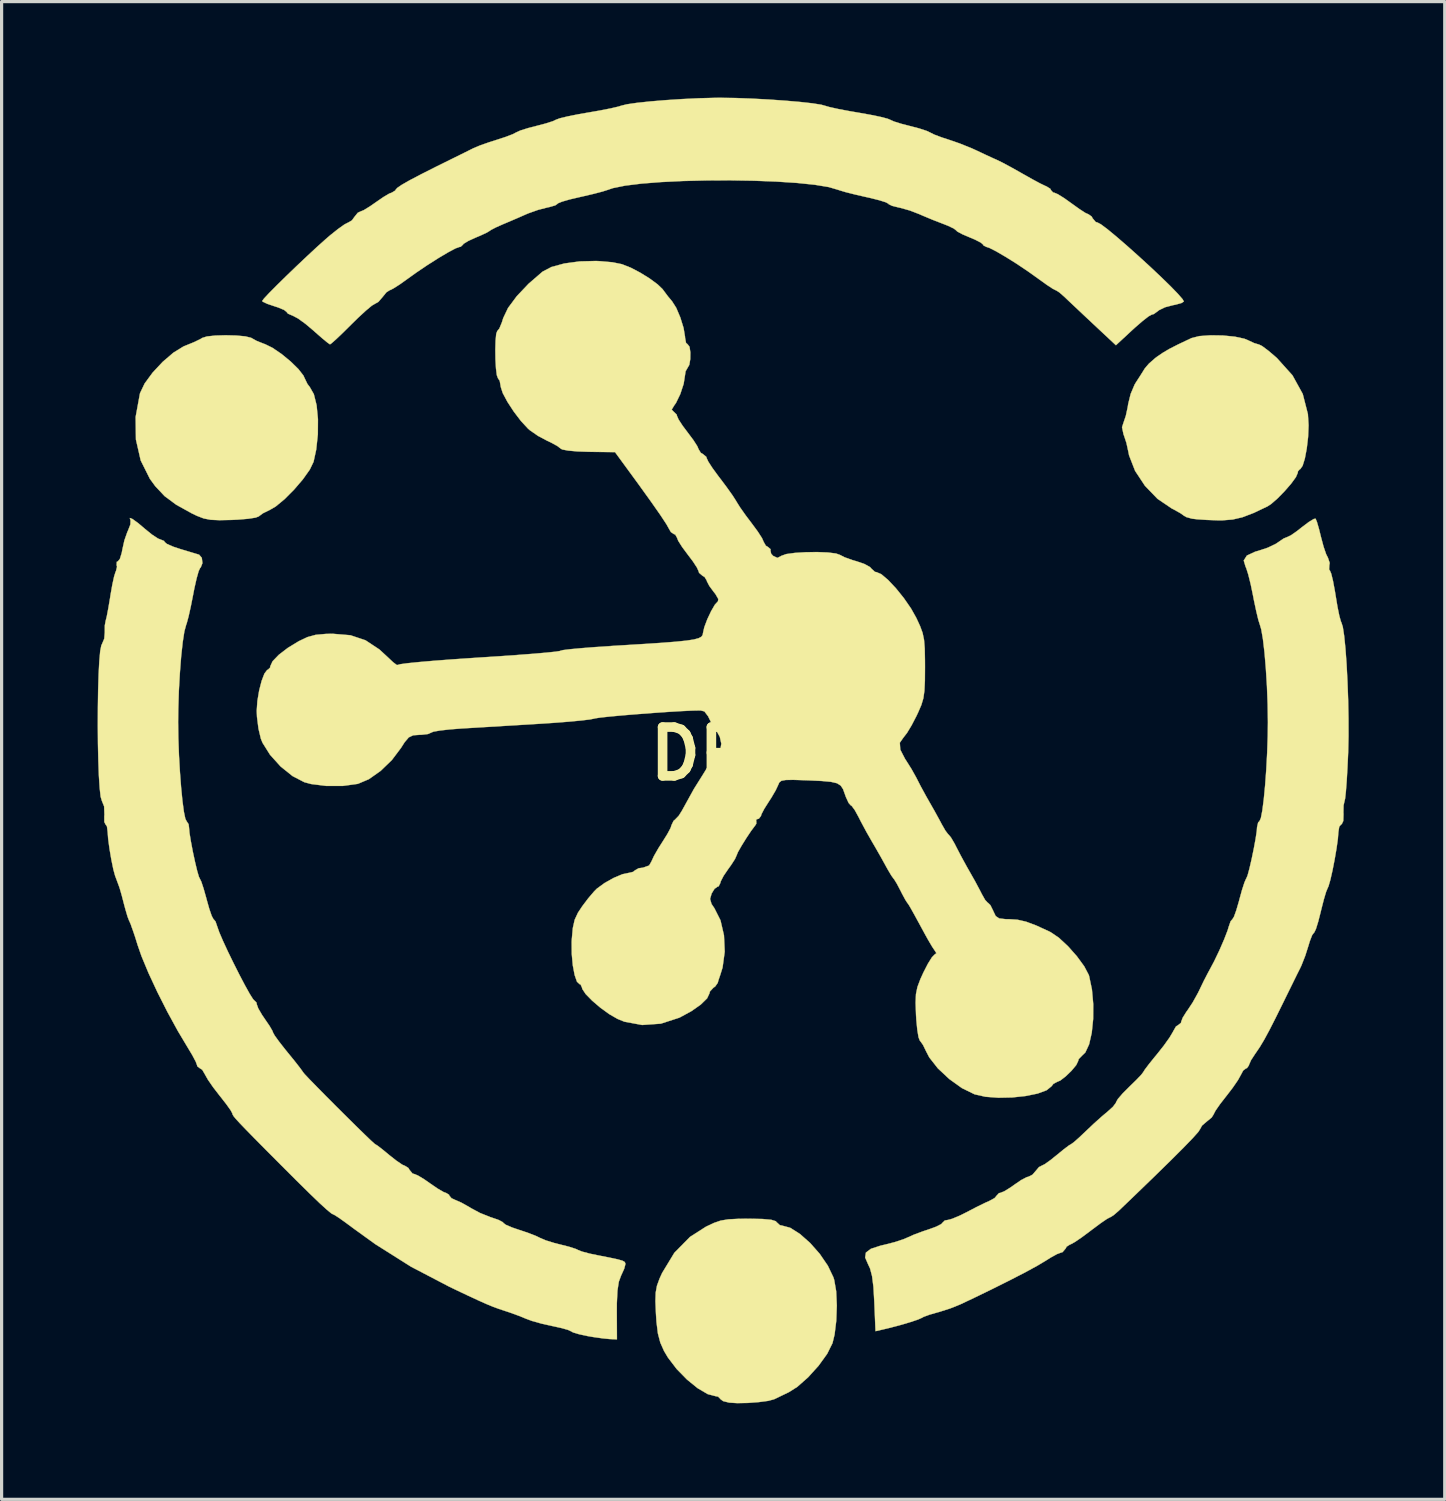
<source format=kicad_pcb>
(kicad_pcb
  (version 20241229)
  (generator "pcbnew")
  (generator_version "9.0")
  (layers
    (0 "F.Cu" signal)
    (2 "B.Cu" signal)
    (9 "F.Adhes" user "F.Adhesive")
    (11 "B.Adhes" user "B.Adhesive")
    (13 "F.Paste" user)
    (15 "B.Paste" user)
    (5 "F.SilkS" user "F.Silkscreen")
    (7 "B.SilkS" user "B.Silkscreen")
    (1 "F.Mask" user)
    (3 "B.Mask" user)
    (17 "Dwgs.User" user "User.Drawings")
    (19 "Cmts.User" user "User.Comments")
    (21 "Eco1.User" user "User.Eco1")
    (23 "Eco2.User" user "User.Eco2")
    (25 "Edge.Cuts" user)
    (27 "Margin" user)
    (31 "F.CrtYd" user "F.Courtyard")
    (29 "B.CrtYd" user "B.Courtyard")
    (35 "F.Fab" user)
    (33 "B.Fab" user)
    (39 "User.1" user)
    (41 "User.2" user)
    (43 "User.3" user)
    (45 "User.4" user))
  (footprint "DPS"
    (layer "F.Cu")
    (at 19.531 20.493)
    (property "Reference" "DPS" (at 0 0 0) (layer "F.SilkS") (effects (font (size 1.524 1.524) (thickness 0.3))))
    (attr through_hole)
    (fp_poly (pts (xy 1.228 14.528) (xy 1.506 14.553) (xy 1.648 14.597) (xy 1.672 14.626) (xy 1.776 14.721) (xy 1.835 14.732) (xy 2.098 14.803) (xy 2.403 14.996) (xy 2.721 15.278) (xy 3.021 15.618) (xy 3.273 15.986) (xy 3.447 16.349) (xy 3.473 16.432) (xy 3.534 16.784) (xy 3.554 17.232) (xy 3.537 17.706) (xy 3.484 18.139) (xy 3.419 18.406) (xy 3.252 18.741) (xy 2.983 19.113) (xy 2.658 19.472) (xy 2.32 19.77) (xy 2.06 19.935) (xy 1.821 20.05) (xy 1.631 20.142) (xy 1.597 20.158) (xy 1.412 20.208) (xy 1.118 20.247) (xy 0.775 20.273) (xy 0.443 20.279) (xy 0.191 20.263) (xy 0.003 20.216) (xy -0.084 20.151) (xy -0.085 20.145) (xy -0.154 20.076) (xy -0.216 20.066) (xy -0.477 19.998) (xy -0.791 19.814) (xy -1.125 19.543) (xy -1.446 19.215) (xy -1.719 18.857) (xy -1.841 18.653) (xy -1.958 18.39) (xy -2.033 18.105) (xy -2.078 17.741) (xy -2.095 17.477) (xy -2.111 17.096) (xy -2.102 16.825) (xy -2.062 16.609) (xy -1.981 16.388) (xy -1.9 16.211) (xy -1.519 15.583) (xy -1.03 15.087) (xy -0.533 14.769) (xy -0.286 14.652) (xy -0.07 14.578) (xy 0.167 14.539) (xy 0.481 14.523) (xy 0.797 14.52) (xy 1.228 14.528)) (stroke (width 0.01) (type solid)) (fill yes) (layer "F.SilkS"))
    (fp_poly (pts (xy -15.205 -13.064) (xy -14.923 -13.038) (xy -14.741 -12.994) (xy -14.716 -12.98) (xy -14.563 -12.895) (xy -14.336 -12.805) (xy -14.307 -12.796) (xy -14.071 -12.68) (xy -13.789 -12.488) (xy -13.505 -12.254) (xy -13.262 -12.017) (xy -13.104 -11.813) (xy -13.075 -11.749) (xy -12.979 -11.55) (xy -12.906 -11.455) (xy -12.779 -11.232) (xy -12.693 -10.885) (xy -12.651 -10.454) (xy -12.654 -9.979) (xy -12.705 -9.502) (xy -12.788 -9.121) (xy -12.906 -8.876) (xy -13.123 -8.571) (xy -13.398 -8.25) (xy -13.694 -7.953) (xy -13.974 -7.722) (xy -14.161 -7.614) (xy -14.363 -7.516) (xy -14.488 -7.425) (xy -14.494 -7.417) (xy -14.598 -7.377) (xy -14.832 -7.341) (xy -15.153 -7.314) (xy -15.34 -7.305) (xy -15.728 -7.297) (xy -16.002 -7.309) (xy -16.218 -7.351) (xy -16.429 -7.432) (xy -16.597 -7.513) (xy -17.077 -7.779) (xy -17.44 -8.048) (xy -17.733 -8.36) (xy -17.9 -8.589) (xy -18.187 -9.164) (xy -18.336 -9.816) (xy -18.345 -10.52) (xy -18.211 -11.25) (xy -18.206 -11.267) (xy -18.063 -11.567) (xy -17.814 -11.906) (xy -17.501 -12.241) (xy -17.166 -12.528) (xy -16.85 -12.723) (xy -16.784 -12.75) (xy -16.526 -12.855) (xy -16.324 -12.952) (xy -16.265 -12.989) (xy -16.118 -13.035) (xy -15.856 -13.063) (xy -15.534 -13.072) (xy -15.205 -13.064)) (stroke (width 0.01) (type solid)) (fill yes) (layer "F.SilkS"))
    (fp_poly (pts (xy 15.612 -13.065) (xy 15.986 -13.028) (xy 16.283 -12.964) (xy 16.383 -12.923) (xy 16.585 -12.829) (xy 16.73 -12.785) (xy 16.736 -12.785) (xy 16.843 -12.731) (xy 17.033 -12.589) (xy 17.269 -12.388) (xy 17.302 -12.358) (xy 17.785 -11.821) (xy 18.106 -11.239) (xy 18.267 -10.609) (xy 18.288 -10.26) (xy 18.273 -9.894) (xy 18.231 -9.535) (xy 18.172 -9.223) (xy 18.102 -8.996) (xy 18.029 -8.892) (xy 18.016 -8.89) (xy 17.956 -8.822) (xy 17.949 -8.772) (xy 17.892 -8.641) (xy 17.744 -8.438) (xy 17.541 -8.204) (xy 17.32 -7.978) (xy 17.118 -7.802) (xy 17.007 -7.729) (xy 16.568 -7.521) (xy 16.223 -7.389) (xy 15.919 -7.318) (xy 15.605 -7.293) (xy 15.435 -7.293) (xy 15.106 -7.305) (xy 14.817 -7.324) (xy 14.647 -7.344) (xy 14.471 -7.393) (xy 14.393 -7.438) (xy 14.298 -7.507) (xy 14.107 -7.615) (xy 14.016 -7.662) (xy 13.572 -7.962) (xy 13.179 -8.369) (xy 12.87 -8.837) (xy 12.682 -9.32) (xy 12.658 -9.44) (xy 12.599 -9.711) (xy 12.523 -9.941) (xy 12.51 -9.97) (xy 12.462 -10.2) (xy 12.511 -10.351) (xy 12.58 -10.554) (xy 12.64 -10.831) (xy 12.654 -10.925) (xy 12.731 -11.238) (xy 12.857 -11.536) (xy 12.893 -11.595) (xy 13.039 -11.821) (xy 13.158 -12.011) (xy 13.173 -12.036) (xy 13.299 -12.184) (xy 13.498 -12.359) (xy 13.554 -12.401) (xy 13.738 -12.527) (xy 13.94 -12.646) (xy 14.204 -12.781) (xy 14.573 -12.956) (xy 14.638 -12.986) (xy 14.878 -13.046) (xy 15.222 -13.071) (xy 15.612 -13.065)) (stroke (width 0.01) (type solid)) (fill yes) (layer "F.SilkS"))
    (fp_poly (pts (xy 0.387 -20.482) (xy 0.9 -20.463) (xy 1.429 -20.435) (xy 1.943 -20.399) (xy 2.408 -20.359) (xy 2.793 -20.316) (xy 3.066 -20.273) (xy 3.175 -20.243) (xy 3.327 -20.199) (xy 3.602 -20.138) (xy 3.958 -20.071) (xy 4.233 -20.024) (xy 4.608 -19.957) (xy 4.923 -19.892) (xy 5.139 -19.836) (xy 5.212 -19.806) (xy 5.338 -19.749) (xy 5.575 -19.675) (xy 5.831 -19.609) (xy 6.123 -19.533) (xy 6.353 -19.458) (xy 6.461 -19.408) (xy 6.594 -19.341) (xy 6.83 -19.252) (xy 7.027 -19.188) (xy 7.388 -19.064) (xy 7.766 -18.912) (xy 7.916 -18.844) (xy 8.198 -18.711) (xy 8.449 -18.595) (xy 8.551 -18.55) (xy 8.725 -18.465) (xy 8.992 -18.322) (xy 9.3 -18.149) (xy 9.356 -18.117) (xy 9.654 -17.949) (xy 9.909 -17.812) (xy 10.076 -17.732) (xy 10.097 -17.725) (xy 10.222 -17.648) (xy 10.245 -17.601) (xy 10.311 -17.53) (xy 10.343 -17.526) (xy 10.457 -17.478) (xy 10.658 -17.353) (xy 10.89 -17.187) (xy 11.13 -17.015) (xy 11.32 -16.892) (xy 11.417 -16.849) (xy 11.513 -16.781) (xy 11.545 -16.722) (xy 11.641 -16.609) (xy 11.693 -16.595) (xy 11.8 -16.539) (xy 12.004 -16.387) (xy 12.281 -16.158) (xy 12.609 -15.875) (xy 12.965 -15.557) (xy 13.326 -15.227) (xy 13.668 -14.905) (xy 13.968 -14.613) (xy 14.204 -14.37) (xy 14.353 -14.199) (xy 14.393 -14.127) (xy 14.319 -14.079) (xy 14.132 -14.027) (xy 14.053 -14.012) (xy 13.805 -13.947) (xy 13.619 -13.857) (xy 13.593 -13.835) (xy 13.455 -13.735) (xy 13.388 -13.716) (xy 13.29 -13.662) (xy 13.105 -13.518) (xy 12.867 -13.312) (xy 12.787 -13.239) (xy 12.271 -12.761) (xy 11.575 -13.412) (xy 11.27 -13.698) (xy 10.99 -13.962) (xy 10.769 -14.17) (xy 10.665 -14.27) (xy 10.506 -14.409) (xy 10.399 -14.477) (xy 10.391 -14.478) (xy 10.298 -14.525) (xy 10.11 -14.649) (xy 9.866 -14.824) (xy 9.843 -14.841) (xy 9.516 -15.074) (xy 9.167 -15.308) (xy 8.828 -15.52) (xy 8.534 -15.692) (xy 8.317 -15.802) (xy 8.221 -15.833) (xy 8.132 -15.879) (xy 8.128 -15.899) (xy 8.056 -15.963) (xy 7.871 -16.059) (xy 7.705 -16.129) (xy 7.469 -16.23) (xy 7.316 -16.313) (xy 7.281 -16.348) (xy 7.209 -16.405) (xy 7.024 -16.493) (xy 6.879 -16.55) (xy 6.556 -16.675) (xy 6.23 -16.811) (xy 6.138 -16.852) (xy 5.838 -16.968) (xy 5.532 -17.054) (xy 5.482 -17.064) (xy 5.279 -17.115) (xy 5.17 -17.169) (xy 5.165 -17.181) (xy 5.088 -17.224) (xy 4.883 -17.289) (xy 4.59 -17.363) (xy 4.466 -17.39) (xy 4.122 -17.469) (xy 3.825 -17.544) (xy 3.628 -17.603) (xy 3.598 -17.614) (xy 3.301 -17.701) (xy 2.862 -17.773) (xy 2.308 -17.83) (xy 1.666 -17.872) (xy 0.962 -17.899) (xy 0.223 -17.911) (xy -0.523 -17.908) (xy -1.251 -17.89) (xy -1.933 -17.857) (xy -2.543 -17.809) (xy -3.054 -17.746) (xy -3.439 -17.668) (xy -3.598 -17.614) (xy -3.758 -17.563) (xy -4.032 -17.491) (xy -4.368 -17.412) (xy -4.466 -17.39) (xy -4.783 -17.316) (xy -5.025 -17.246) (xy -5.154 -17.194) (xy -5.165 -17.181) (xy -5.239 -17.129) (xy -5.423 -17.076) (xy -5.482 -17.064) (xy -5.774 -16.989) (xy -6.087 -16.878) (xy -6.138 -16.856) (xy -6.439 -16.724) (xy -6.772 -16.582) (xy -6.858 -16.546) (xy -7.089 -16.444) (xy -7.246 -16.362) (xy -7.281 -16.337) (xy -7.378 -16.278) (xy -7.58 -16.184) (xy -7.726 -16.123) (xy -7.954 -16.019) (xy -8.099 -15.931) (xy -8.128 -15.896) (xy -8.194 -15.835) (xy -8.221 -15.833) (xy -8.351 -15.787) (xy -8.585 -15.663) (xy -8.89 -15.482) (xy -9.233 -15.264) (xy -9.581 -15.029) (xy -9.843 -14.841) (xy -10.094 -14.662) (xy -10.297 -14.533) (xy -10.409 -14.478) (xy -10.413 -14.478) (xy -10.513 -14.414) (xy -10.633 -14.266) (xy -10.763 -14.115) (xy -10.87 -14.055) (xy -10.967 -13.998) (xy -11.152 -13.844) (xy -11.396 -13.619) (xy -11.599 -13.42) (xy -11.862 -13.159) (xy -12.08 -12.951) (xy -12.227 -12.821) (xy -12.275 -12.788) (xy -12.354 -12.843) (xy -12.524 -12.983) (xy -12.75 -13.181) (xy -12.785 -13.213) (xy -13.04 -13.428) (xy -13.272 -13.596) (xy -13.434 -13.682) (xy -13.441 -13.684) (xy -13.589 -13.748) (xy -13.631 -13.801) (xy -13.705 -13.861) (xy -13.891 -13.94) (xy -14.012 -13.979) (xy -14.236 -14.055) (xy -14.373 -14.12) (xy -14.393 -14.142) (xy -14.335 -14.22) (xy -14.176 -14.391) (xy -13.939 -14.63) (xy -13.648 -14.916) (xy -13.326 -15.226) (xy -12.998 -15.536) (xy -12.687 -15.825) (xy -12.415 -16.069) (xy -12.268 -16.196) (xy -12.023 -16.391) (xy -11.823 -16.533) (xy -11.705 -16.594) (xy -11.699 -16.595) (xy -11.589 -16.661) (xy -11.515 -16.764) (xy -11.407 -16.898) (xy -11.333 -16.933) (xy -11.219 -16.98) (xy -11.021 -17.102) (xy -10.837 -17.23) (xy -10.606 -17.389) (xy -10.424 -17.497) (xy -10.346 -17.526) (xy -10.239 -17.591) (xy -10.231 -17.609) (xy -10.176 -17.673) (xy -10.035 -17.77) (xy -9.793 -17.909) (xy -9.433 -18.098) (xy -8.942 -18.346) (xy -8.721 -18.455) (xy -8.379 -18.624) (xy -8.074 -18.775) (xy -7.851 -18.886) (xy -7.789 -18.917) (xy -7.593 -18.999) (xy -7.306 -19.1) (xy -7.07 -19.175) (xy -6.785 -19.268) (xy -6.561 -19.354) (xy -6.461 -19.407) (xy -6.329 -19.467) (xy -6.087 -19.543) (xy -5.831 -19.609) (xy -5.542 -19.685) (xy -5.316 -19.757) (xy -5.212 -19.806) (xy -5.095 -19.849) (xy -4.85 -19.908) (xy -4.516 -19.975) (xy -4.233 -20.024) (xy -3.848 -20.091) (xy -3.511 -20.157) (xy -3.267 -20.214) (xy -3.175 -20.243) (xy -3 -20.286) (xy -2.69 -20.331) (xy -2.277 -20.375) (xy -1.794 -20.415) (xy -1.275 -20.449) (xy -0.753 -20.474) (xy -0.262 -20.487) (xy -0.076 -20.488) (xy 0.387 -20.482)) (stroke (width 0.01) (type solid)) (fill yes) (layer "F.SilkS"))
    (fp_poly (pts (xy 18.549 -7.244) (xy 18.612 -7.027) (xy 18.677 -6.766) (xy 18.756 -6.471) (xy 18.836 -6.236) (xy 18.893 -6.124) (xy 18.948 -5.96) (xy 18.936 -5.888) (xy 18.929 -5.756) (xy 18.955 -5.722) (xy 18.996 -5.625) (xy 19.051 -5.4) (xy 19.109 -5.089) (xy 19.134 -4.936) (xy 19.191 -4.592) (xy 19.248 -4.311) (xy 19.297 -4.136) (xy 19.312 -4.104) (xy 19.357 -3.964) (xy 19.4 -3.682) (xy 19.44 -3.285) (xy 19.475 -2.802) (xy 19.503 -2.26) (xy 19.524 -1.686) (xy 19.535 -1.107) (xy 19.536 -0.552) (xy 19.525 -0.053) (xy 19.503 0.426) (xy 19.479 0.848) (xy 19.453 1.183) (xy 19.429 1.4) (xy 19.413 1.469) (xy 19.381 1.609) (xy 19.376 1.835) (xy 19.379 1.881) (xy 19.372 2.096) (xy 19.324 2.198) (xy 19.31 2.201) (xy 19.246 2.275) (xy 19.219 2.446) (xy 19.203 2.656) (xy 19.161 2.956) (xy 19.102 3.301) (xy 19.035 3.644) (xy 18.968 3.938) (xy 18.91 4.138) (xy 18.885 4.191) (xy 18.836 4.309) (xy 18.765 4.547) (xy 18.686 4.857) (xy 18.668 4.932) (xy 18.59 5.238) (xy 18.519 5.468) (xy 18.465 5.582) (xy 18.456 5.588) (xy 18.4 5.662) (xy 18.327 5.851) (xy 18.285 5.99) (xy 18.185 6.305) (xy 18.066 6.608) (xy 18.028 6.689) (xy 17.924 6.896) (xy 17.773 7.204) (xy 17.597 7.561) (xy 17.512 7.735) (xy 17.259 8.247) (xy 17.061 8.635) (xy 16.903 8.927) (xy 16.769 9.152) (xy 16.642 9.339) (xy 16.616 9.376) (xy 16.491 9.568) (xy 16.428 9.711) (xy 16.425 9.729) (xy 16.364 9.817) (xy 16.339 9.821) (xy 16.246 9.891) (xy 16.176 10.022) (xy 16.084 10.188) (xy 15.919 10.429) (xy 15.714 10.696) (xy 15.712 10.698) (xy 15.522 10.942) (xy 15.384 11.141) (xy 15.325 11.253) (xy 15.325 11.258) (xy 15.261 11.359) (xy 15.113 11.48) (xy 14.961 11.61) (xy 14.901 11.719) (xy 14.844 11.808) (xy 14.672 12.001) (xy 14.383 12.3) (xy 13.975 12.707) (xy 13.447 13.224) (xy 12.797 13.852) (xy 12.358 14.272) (xy 12.198 14.41) (xy 12.088 14.477) (xy 12.081 14.478) (xy 11.989 14.527) (xy 11.8 14.656) (xy 11.551 14.841) (xy 11.472 14.901) (xy 11.208 15.098) (xy 10.99 15.246) (xy 10.855 15.321) (xy 10.837 15.325) (xy 10.732 15.392) (xy 10.699 15.452) (xy 10.604 15.564) (xy 10.553 15.579) (xy 10.433 15.623) (xy 10.228 15.736) (xy 10.075 15.833) (xy 9.831 15.979) (xy 9.46 16.182) (xy 8.988 16.426) (xy 8.444 16.698) (xy 7.854 16.985) (xy 7.408 17.196) (xy 7.097 17.321) (xy 6.756 17.43) (xy 6.689 17.448) (xy 6.441 17.519) (xy 6.262 17.586) (xy 6.223 17.609) (xy 6.096 17.666) (xy 5.849 17.749) (xy 5.527 17.844) (xy 5.175 17.936) (xy 4.985 17.981) (xy 4.763 18.032) (xy 4.725 17.12) (xy 4.698 16.649) (xy 4.655 16.312) (xy 4.593 16.075) (xy 4.53 15.941) (xy 4.439 15.731) (xy 4.463 15.577) (xy 4.62 15.459) (xy 4.924 15.36) (xy 5.058 15.329) (xy 5.366 15.25) (xy 5.635 15.161) (xy 5.757 15.109) (xy 5.961 15.018) (xy 6.246 14.912) (xy 6.413 14.857) (xy 6.658 14.768) (xy 6.82 14.684) (xy 6.858 14.641) (xy 6.928 14.574) (xy 7.006 14.561) (xy 7.157 14.522) (xy 7.396 14.422) (xy 7.62 14.31) (xy 7.911 14.158) (xy 8.178 14.027) (xy 8.319 13.964) (xy 8.484 13.873) (xy 8.551 13.792) (xy 8.619 13.72) (xy 8.657 13.714) (xy 8.783 13.664) (xy 8.982 13.541) (xy 9.096 13.46) (xy 9.312 13.312) (xy 9.485 13.222) (xy 9.539 13.208) (xy 9.667 13.143) (xy 9.756 13.039) (xy 9.869 12.906) (xy 9.942 12.869) (xy 10.045 12.818) (xy 10.231 12.686) (xy 10.424 12.531) (xy 10.64 12.354) (xy 10.803 12.231) (xy 10.87 12.192) (xy 10.948 12.137) (xy 11.111 11.994) (xy 11.324 11.793) (xy 11.327 11.79) (xy 11.587 11.544) (xy 11.844 11.314) (xy 12.008 11.177) (xy 12.178 11.023) (xy 12.271 10.9) (xy 12.277 10.877) (xy 12.334 10.778) (xy 12.485 10.603) (xy 12.697 10.391) (xy 12.7 10.388) (xy 12.911 10.182) (xy 13.063 10.023) (xy 13.123 9.944) (xy 13.123 9.944) (xy 13.174 9.862) (xy 13.308 9.685) (xy 13.499 9.448) (xy 13.554 9.382) (xy 13.77 9.109) (xy 13.947 8.86) (xy 14.052 8.684) (xy 14.06 8.666) (xy 14.147 8.515) (xy 14.222 8.467) (xy 14.304 8.401) (xy 14.309 8.369) (xy 14.356 8.243) (xy 14.474 8.054) (xy 14.508 8.009) (xy 14.669 7.765) (xy 14.835 7.466) (xy 14.884 7.366) (xy 15.016 7.091) (xy 15.143 6.846) (xy 15.183 6.773) (xy 15.337 6.484) (xy 15.502 6.14) (xy 15.651 5.797) (xy 15.76 5.514) (xy 15.795 5.397) (xy 15.854 5.229) (xy 15.91 5.165) (xy 15.958 5.089) (xy 16.03 4.889) (xy 16.113 4.605) (xy 16.127 4.551) (xy 16.21 4.249) (xy 16.285 4.018) (xy 16.337 3.9) (xy 16.342 3.895) (xy 16.383 3.798) (xy 16.442 3.58) (xy 16.51 3.286) (xy 16.577 2.962) (xy 16.634 2.653) (xy 16.671 2.405) (xy 16.679 2.291) (xy 16.713 2.144) (xy 16.754 2.103) (xy 16.798 2.007) (xy 16.844 1.769) (xy 16.889 1.419) (xy 16.931 0.983) (xy 16.967 0.489) (xy 16.995 -0.034) (xy 17.013 -0.558) (xy 17.018 -0.99) (xy 17.01 -1.543) (xy 16.988 -2.11) (xy 16.954 -2.66) (xy 16.912 -3.161) (xy 16.863 -3.58) (xy 16.81 -3.886) (xy 16.77 -4.022) (xy 16.72 -4.179) (xy 16.654 -4.454) (xy 16.581 -4.797) (xy 16.553 -4.944) (xy 16.48 -5.297) (xy 16.405 -5.599) (xy 16.341 -5.8) (xy 16.321 -5.843) (xy 16.263 -6.037) (xy 16.361 -6.192) (xy 16.622 -6.313) (xy 16.728 -6.343) (xy 17.017 -6.439) (xy 17.27 -6.561) (xy 17.34 -6.609) (xy 17.51 -6.725) (xy 17.629 -6.773) (xy 17.629 -6.773) (xy 17.734 -6.823) (xy 17.92 -6.952) (xy 18.085 -7.082) (xy 18.295 -7.24) (xy 18.45 -7.334) (xy 18.507 -7.344) (xy 18.549 -7.244)) (stroke (width 0.01) (type solid)) (fill yes) (layer "F.SilkS"))
    (fp_poly (pts (xy -18.442 -7.333) (xy -18.259 -7.199) (xy -18.056 -7.027) (xy -17.833 -6.846) (xy -17.647 -6.724) (xy -17.556 -6.689) (xy -17.452 -6.646) (xy -17.441 -6.616) (xy -17.367 -6.555) (xy -17.174 -6.47) (xy -16.954 -6.397) (xy -16.675 -6.313) (xy -16.455 -6.247) (xy -16.362 -6.219) (xy -16.278 -6.12) (xy -16.259 -5.955) (xy -16.312 -5.82) (xy -16.33 -5.806) (xy -16.376 -5.708) (xy -16.44 -5.482) (xy -16.511 -5.168) (xy -16.548 -4.976) (xy -16.62 -4.612) (xy -16.69 -4.297) (xy -16.749 -4.078) (xy -16.769 -4.022) (xy -16.823 -3.823) (xy -16.875 -3.486) (xy -16.923 -3.044) (xy -16.963 -2.528) (xy -16.995 -1.971) (xy -17.013 -1.403) (xy -17.018 -0.99) (xy -17.011 -0.487) (xy -16.992 0.038) (xy -16.962 0.559) (xy -16.925 1.046) (xy -16.883 1.472) (xy -16.838 1.809) (xy -16.792 2.029) (xy -16.754 2.103) (xy -16.691 2.199) (xy -16.679 2.291) (xy -16.663 2.468) (xy -16.619 2.738) (xy -16.559 3.055) (xy -16.49 3.376) (xy -16.424 3.652) (xy -16.369 3.84) (xy -16.342 3.895) (xy -16.294 3.992) (xy -16.222 4.21) (xy -16.139 4.504) (xy -16.127 4.551) (xy -16.044 4.845) (xy -15.969 5.062) (xy -15.916 5.162) (xy -15.91 5.165) (xy -15.85 5.237) (xy -15.795 5.397) (xy -15.734 5.571) (xy -15.619 5.839) (xy -15.465 6.172) (xy -15.288 6.535) (xy -15.105 6.898) (xy -14.931 7.229) (xy -14.784 7.494) (xy -14.678 7.662) (xy -14.636 7.705) (xy -14.569 7.772) (xy -14.563 7.819) (xy -14.516 7.95) (xy -14.396 8.156) (xy -14.309 8.284) (xy -14.163 8.497) (xy -14.071 8.656) (xy -14.055 8.703) (xy -14.004 8.796) (xy -13.869 8.983) (xy -13.675 9.231) (xy -13.589 9.337) (xy -13.379 9.595) (xy -13.219 9.799) (xy -13.132 9.918) (xy -13.123 9.935) (xy -13.067 10.003) (xy -12.912 10.168) (xy -12.681 10.404) (xy -12.399 10.691) (xy -12.086 11.005) (xy -11.767 11.322) (xy -11.464 11.622) (xy -11.201 11.879) (xy -10.999 12.073) (xy -10.882 12.179) (xy -10.863 12.192) (xy -10.783 12.242) (xy -10.615 12.373) (xy -10.424 12.531) (xy -10.198 12.709) (xy -10.017 12.832) (xy -9.931 12.869) (xy -9.824 12.937) (xy -9.791 12.996) (xy -9.696 13.109) (xy -9.645 13.123) (xy -9.528 13.17) (xy -9.327 13.292) (xy -9.144 13.42) (xy -8.912 13.579) (xy -8.726 13.687) (xy -8.646 13.716) (xy -8.556 13.771) (xy -8.551 13.795) (xy -8.481 13.879) (xy -8.362 13.934) (xy -8.168 14.019) (xy -7.928 14.154) (xy -7.875 14.187) (xy -7.59 14.34) (xy -7.271 14.468) (xy -7.218 14.485) (xy -7.001 14.561) (xy -6.873 14.631) (xy -6.858 14.653) (xy -6.784 14.709) (xy -6.591 14.792) (xy -6.371 14.867) (xy -6.077 14.966) (xy -5.829 15.063) (xy -5.715 15.119) (xy -5.538 15.195) (xy -5.268 15.279) (xy -5.08 15.326) (xy -4.808 15.395) (xy -4.603 15.461) (xy -4.53 15.496) (xy -4.406 15.545) (xy -4.171 15.608) (xy -3.937 15.657) (xy -3.544 15.734) (xy -3.288 15.789) (xy -3.139 15.831) (xy -3.07 15.871) (xy -3.049 15.917) (xy -3.049 15.94) (xy -3.086 16.082) (xy -3.178 16.285) (xy -3.185 16.298) (xy -3.255 16.49) (xy -3.297 16.766) (xy -3.316 17.16) (xy -3.317 17.42) (xy -3.313 18.288) (xy -3.54 18.278) (xy -3.754 18.257) (xy -4.051 18.215) (xy -4.233 18.184) (xy -4.496 18.127) (xy -4.684 18.071) (xy -4.741 18.038) (xy -4.84 17.992) (xy -5.058 17.931) (xy -5.334 17.871) (xy -5.665 17.797) (xy -5.966 17.712) (xy -6.138 17.649) (xy -6.373 17.553) (xy -6.676 17.443) (xy -6.816 17.397) (xy -7.003 17.335) (xy -7.18 17.27) (xy -7.377 17.189) (xy -7.625 17.079) (xy -7.955 16.926) (xy -8.397 16.716) (xy -8.551 16.642) (xy -9.743 16.019) (xy -10.859 15.315) (xy -11.52 14.838) (xy -11.79 14.638) (xy -12.006 14.485) (xy -12.136 14.402) (xy -12.156 14.393) (xy -12.228 14.357) (xy -12.37 14.241) (xy -12.593 14.038) (xy -12.905 13.738) (xy -13.315 13.334) (xy -13.822 12.827) (xy -14.286 12.361) (xy -14.643 12) (xy -14.908 11.729) (xy -15.094 11.535) (xy -15.215 11.403) (xy -15.285 11.318) (xy -15.317 11.265) (xy -15.325 11.231) (xy -15.325 11.231) (xy -15.375 11.137) (xy -15.506 10.952) (xy -15.692 10.713) (xy -15.715 10.685) (xy -15.92 10.42) (xy -16.086 10.18) (xy -16.178 10.017) (xy -16.179 10.014) (xy -16.266 9.866) (xy -16.339 9.821) (xy -16.422 9.756) (xy -16.425 9.73) (xy -16.468 9.614) (xy -16.578 9.406) (xy -16.701 9.201) (xy -17.027 8.656) (xy -17.356 8.054) (xy -17.668 7.437) (xy -17.943 6.846) (xy -18.161 6.322) (xy -18.284 5.969) (xy -18.36 5.723) (xy -18.424 5.534) (xy -18.435 5.503) (xy -18.484 5.367) (xy -18.494 5.334) (xy -18.539 5.23) (xy -18.551 5.207) (xy -18.599 5.081) (xy -18.666 4.852) (xy -18.707 4.699) (xy -18.777 4.429) (xy -18.838 4.216) (xy -18.86 4.149) (xy -18.911 4.012) (xy -18.923 3.979) (xy -18.963 3.872) (xy -18.986 3.81) (xy -19.041 3.61) (xy -19.103 3.308) (xy -19.161 2.968) (xy -19.203 2.655) (xy -19.219 2.441) (xy -19.24 2.269) (xy -19.287 2.201) (xy -19.323 2.128) (xy -19.324 1.946) (xy -19.32 1.904) (xy -19.329 1.642) (xy -19.4 1.467) (xy -19.438 1.339) (xy -19.468 1.068) (xy -19.493 0.683) (xy -19.51 0.212) (xy -19.522 -0.319) (xy -19.526 -0.882) (xy -19.524 -1.449) (xy -19.516 -1.993) (xy -19.501 -2.486) (xy -19.479 -2.901) (xy -19.451 -3.211) (xy -19.416 -3.388) (xy -19.403 -3.412) (xy -19.325 -3.595) (xy -19.309 -3.785) (xy -19.308 -4.007) (xy -19.282 -4.149) (xy -19.247 -4.289) (xy -19.198 -4.547) (xy -19.143 -4.872) (xy -19.131 -4.953) (xy -19.074 -5.278) (xy -19.017 -5.539) (xy -18.97 -5.689) (xy -18.96 -5.704) (xy -18.926 -5.84) (xy -18.939 -5.895) (xy -18.934 -5.997) (xy -18.899 -6.011) (xy -18.837 -6.087) (xy -18.779 -6.276) (xy -18.761 -6.373) (xy -18.696 -6.666) (xy -18.603 -6.931) (xy -18.582 -6.975) (xy -18.509 -7.163) (xy -18.504 -7.288) (xy -18.505 -7.29) (xy -18.528 -7.366) (xy -18.442 -7.333)) (stroke (width 0.01) (type solid)) (fill yes) (layer "F.SilkS"))
    (fp_poly (pts (xy -3.842 -15.386) (xy -3.454 -15.352) (xy -3.158 -15.292) (xy -2.88 -15.182) (xy -2.59 -15.03) (xy -2.294 -14.847) (xy -2.043 -14.662) (xy -1.888 -14.513) (xy -1.881 -14.503) (xy -1.722 -14.29) (xy -1.593 -14.136) (xy -1.461 -13.929) (xy -1.333 -13.626) (xy -1.232 -13.3) (xy -1.186 -13.023) (xy -1.185 -12.993) (xy -1.156 -12.836) (xy -1.101 -12.785) (xy -1.046 -12.712) (xy -1.02 -12.538) (xy -1.023 -12.328) (xy -1.053 -12.147) (xy -1.101 -12.065) (xy -1.169 -11.947) (xy -1.187 -11.827) (xy -1.229 -11.556) (xy -1.334 -11.237) (xy -1.468 -10.96) (xy -1.527 -10.876) (xy -1.602 -10.751) (xy -1.548 -10.691) (xy -1.545 -10.69) (xy -1.446 -10.593) (xy -1.438 -10.555) (xy -1.388 -10.441) (xy -1.259 -10.243) (xy -1.101 -10.033) (xy -0.925 -9.798) (xy -0.803 -9.608) (xy -0.763 -9.513) (xy -0.694 -9.401) (xy -0.635 -9.367) (xy -0.523 -9.276) (xy -0.508 -9.229) (xy -0.459 -9.124) (xy -0.33 -8.925) (xy -0.145 -8.672) (xy -0.098 -8.611) (xy 0.114 -8.329) (xy 0.297 -8.072) (xy 0.414 -7.889) (xy 0.422 -7.873) (xy 0.531 -7.699) (xy 0.708 -7.448) (xy 0.902 -7.191) (xy 1.085 -6.943) (xy 1.217 -6.738) (xy 1.27 -6.62) (xy 1.27 -6.617) (xy 1.338 -6.5) (xy 1.397 -6.465) (xy 1.486 -6.39) (xy 1.482 -6.351) (xy 1.503 -6.25) (xy 1.567 -6.18) (xy 1.701 -6.119) (xy 1.826 -6.185) (xy 1.974 -6.238) (xy 2.243 -6.275) (xy 2.581 -6.296) (xy 2.941 -6.301) (xy 3.274 -6.288) (xy 3.529 -6.256) (xy 3.651 -6.213) (xy 3.798 -6.138) (xy 4.041 -6.051) (xy 4.178 -6.011) (xy 4.423 -5.926) (xy 4.592 -5.832) (xy 4.631 -5.787) (xy 4.744 -5.683) (xy 4.798 -5.673) (xy 4.949 -5.606) (xy 5.16 -5.426) (xy 5.403 -5.167) (xy 5.65 -4.86) (xy 5.873 -4.537) (xy 6.038 -4.243) (xy 6.155 -3.989) (xy 6.233 -3.777) (xy 6.278 -3.56) (xy 6.3 -3.29) (xy 6.307 -2.92) (xy 6.308 -2.709) (xy 6.305 -2.279) (xy 6.29 -1.97) (xy 6.257 -1.735) (xy 6.195 -1.527) (xy 6.096 -1.298) (xy 6.041 -1.181) (xy 5.89 -0.89) (xy 5.747 -0.653) (xy 5.642 -0.517) (xy 5.639 -0.515) (xy 5.522 -0.347) (xy 5.536 -0.131) (xy 5.685 0.158) (xy 5.716 0.205) (xy 5.885 0.473) (xy 6.033 0.738) (xy 6.059 0.789) (xy 6.177 1.019) (xy 6.337 1.312) (xy 6.433 1.482) (xy 6.603 1.78) (xy 6.763 2.071) (xy 6.832 2.201) (xy 6.944 2.397) (xy 7.033 2.515) (xy 7.048 2.526) (xy 7.119 2.612) (xy 7.229 2.799) (xy 7.284 2.907) (xy 7.432 3.192) (xy 7.613 3.523) (xy 7.704 3.683) (xy 7.869 3.974) (xy 8.019 4.255) (xy 8.083 4.381) (xy 8.186 4.563) (xy 8.27 4.654) (xy 8.28 4.657) (xy 8.351 4.727) (xy 8.436 4.898) (xy 8.441 4.911) (xy 8.516 5.067) (xy 8.625 5.141) (xy 8.823 5.164) (xy 8.933 5.165) (xy 9.197 5.182) (xy 9.465 5.243) (xy 9.783 5.362) (xy 10.198 5.553) (xy 10.233 5.571) (xy 10.487 5.743) (xy 10.774 6.009) (xy 11.053 6.324) (xy 11.283 6.639) (xy 11.424 6.908) (xy 11.434 6.94) (xy 11.522 7.36) (xy 11.563 7.821) (xy 11.56 8.284) (xy 11.516 8.713) (xy 11.434 9.073) (xy 11.317 9.326) (xy 11.222 9.418) (xy 11.109 9.534) (xy 11.091 9.597) (xy 11.031 9.722) (xy 10.885 9.897) (xy 10.701 10.075) (xy 10.53 10.206) (xy 10.435 10.245) (xy 10.316 10.31) (xy 10.262 10.381) (xy 10.107 10.507) (xy 9.825 10.611) (xy 9.453 10.687) (xy 9.031 10.732) (xy 8.6 10.741) (xy 8.198 10.711) (xy 7.866 10.636) (xy 7.853 10.632) (xy 7.461 10.44) (xy 7.065 10.156) (xy 6.71 9.824) (xy 6.442 9.482) (xy 6.347 9.299) (xy 6.248 9.095) (xy 6.157 8.967) (xy 6.148 8.96) (xy 6.107 8.855) (xy 6.068 8.622) (xy 6.037 8.304) (xy 6.028 8.151) (xy 6.015 7.775) (xy 6.026 7.506) (xy 6.072 7.282) (xy 6.163 7.04) (xy 6.257 6.833) (xy 6.398 6.558) (xy 6.523 6.357) (xy 6.609 6.267) (xy 6.616 6.265) (xy 6.664 6.226) (xy 6.623 6.16) (xy 6.533 6.026) (xy 6.403 5.805) (xy 6.329 5.673) (xy 6.112 5.273) (xy 5.961 4.997) (xy 5.863 4.822) (xy 5.804 4.721) (xy 5.77 4.672) (xy 5.757 4.657) (xy 5.695 4.561) (xy 5.592 4.37) (xy 5.545 4.276) (xy 5.432 4.061) (xy 5.345 3.919) (xy 5.324 3.895) (xy 5.256 3.8) (xy 5.144 3.611) (xy 5.09 3.514) (xy 4.938 3.238) (xy 4.753 2.914) (xy 4.658 2.752) (xy 4.478 2.437) (xy 4.304 2.112) (xy 4.231 1.968) (xy 4.115 1.757) (xy 4.019 1.627) (xy 3.989 1.609) (xy 3.924 1.536) (xy 3.84 1.354) (xy 3.809 1.268) (xy 3.75 1.105) (xy 3.677 0.993) (xy 3.561 0.919) (xy 3.372 0.875) (xy 3.079 0.848) (xy 2.653 0.828) (xy 2.562 0.825) (xy 2.193 0.813) (xy 1.958 0.817) (xy 1.824 0.842) (xy 1.757 0.895) (xy 1.725 0.969) (xy 1.645 1.14) (xy 1.506 1.377) (xy 1.428 1.497) (xy 1.288 1.718) (xy 1.2 1.888) (xy 1.185 1.941) (xy 1.119 2.027) (xy 1.087 2.032) (xy 1.027 2.064) (xy 1.039 2.083) (xy 1.04 2.182) (xy 1.009 2.232) (xy 0.88 2.404) (xy 0.726 2.635) (xy 0.578 2.873) (xy 0.466 3.07) (xy 0.423 3.175) (xy 0.373 3.287) (xy 0.25 3.478) (xy 0.167 3.592) (xy 0.019 3.809) (xy -0.071 3.983) (xy -0.085 4.037) (xy -0.137 4.139) (xy -0.171 4.149) (xy -0.266 4.217) (xy -0.355 4.362) (xy -0.405 4.533) (xy -0.358 4.691) (xy -0.268 4.825) (xy -0.079 5.2) (xy 0.03 5.67) (xy 0.053 6.18) (xy -0.014 6.674) (xy -0.082 6.893) (xy -0.143 7.072) (xy -0.165 7.154) (xy -0.245 7.267) (xy -0.302 7.307) (xy -0.41 7.424) (xy -0.423 7.481) (xy -0.497 7.638) (xy -0.696 7.832) (xy -0.989 8.038) (xy -1.346 8.232) (xy -1.371 8.243) (xy -1.943 8.428) (xy -2.526 8.469) (xy -3.081 8.366) (xy -3.293 8.28) (xy -3.555 8.129) (xy -3.833 7.927) (xy -4.09 7.707) (xy -4.29 7.502) (xy -4.395 7.343) (xy -4.403 7.306) (xy -4.448 7.205) (xy -4.476 7.197) (xy -4.561 7.118) (xy -4.634 6.909) (xy -4.691 6.607) (xy -4.724 6.25) (xy -4.727 5.877) (xy -4.723 5.797) (xy -4.69 5.439) (xy -4.633 5.184) (xy -4.532 4.965) (xy -4.396 4.76) (xy -4.207 4.51) (xy -4.027 4.299) (xy -3.939 4.21) (xy -3.698 4.034) (xy -3.411 3.874) (xy -3.143 3.761) (xy -2.972 3.725) (xy -2.808 3.687) (xy -2.752 3.641) (xy -2.635 3.574) (xy -2.498 3.556) (xy -2.308 3.488) (xy -2.237 3.365) (xy -2.157 3.192) (xy -2.015 2.944) (xy -1.893 2.753) (xy -1.741 2.51) (xy -1.637 2.316) (xy -1.609 2.228) (xy -1.545 2.094) (xy -1.501 2.057) (xy -1.383 1.935) (xy -1.284 1.778) (xy -0.909 1.098) (xy -0.641 0.671) (xy -0.487 0.42) (xy -0.366 0.189) (xy -0.337 0.124) (xy -0.253 -0.032) (xy -0.181 -0.085) (xy -0.08 -0.151) (xy -0.053 -0.317) (xy -0.1 -0.529) (xy -0.203 -0.716) (xy -0.351 -0.94) (xy -0.453 -1.145) (xy -0.459 -1.164) (xy -0.582 -1.325) (xy -0.704 -1.355) (xy -0.956 -1.35) (xy -1.313 -1.333) (xy -1.743 -1.307) (xy -2.212 -1.274) (xy -2.688 -1.238) (xy -3.138 -1.201) (xy -3.528 -1.165) (xy -3.826 -1.133) (xy -3.998 -1.107) (xy -4.022 -1.1) (xy -4.158 -1.073) (xy -4.434 -1.04) (xy -4.816 -1.004) (xy -5.276 -0.968) (xy -5.715 -0.939) (xy -6.29 -0.904) (xy -6.886 -0.868) (xy -7.45 -0.834) (xy -7.929 -0.805) (xy -8.152 -0.792) (xy -8.528 -0.763) (xy -8.837 -0.728) (xy -9.044 -0.692) (xy -9.109 -0.665) (xy -9.215 -0.618) (xy -9.422 -0.594) (xy -9.48 -0.593) (xy -9.676 -0.579) (xy -9.814 -0.514) (xy -9.944 -0.362) (xy -10.059 -0.182) (xy -10.343 0.195) (xy -10.692 0.532) (xy -11.06 0.792) (xy -11.403 0.937) (xy -11.407 0.938) (xy -11.876 1.003) (xy -12.389 1.003) (xy -12.866 0.943) (xy -13.077 0.886) (xy -13.445 0.695) (xy -13.819 0.394) (xy -14.147 0.03) (xy -14.382 -0.345) (xy -14.433 -0.47) (xy -14.508 -0.784) (xy -14.555 -1.156) (xy -14.563 -1.343) (xy -14.542 -1.652) (xy -14.487 -1.978) (xy -14.41 -2.277) (xy -14.323 -2.505) (xy -14.237 -2.619) (xy -14.216 -2.625) (xy -14.146 -2.692) (xy -14.139 -2.736) (xy -14.068 -2.89) (xy -13.875 -3.091) (xy -13.591 -3.309) (xy -13.25 -3.517) (xy -12.98 -3.645) (xy -12.721 -3.716) (xy -12.403 -3.745) (xy -12.192 -3.749) (xy -11.637 -3.703) (xy -11.166 -3.546) (xy -10.732 -3.259) (xy -10.477 -3.024) (xy -10.303 -2.86) (xy -10.188 -2.774) (xy -10.16 -2.776) (xy -10.079 -2.799) (xy -9.849 -2.83) (xy -9.492 -2.866) (xy -9.028 -2.906) (xy -8.477 -2.948) (xy -7.86 -2.99) (xy -7.62 -3.006) (xy -6.984 -3.047) (xy -6.407 -3.088) (xy -5.908 -3.126) (xy -5.509 -3.161) (xy -5.23 -3.19) (xy -5.091 -3.212) (xy -5.08 -3.218) (xy -4.999 -3.239) (xy -4.774 -3.267) (xy -4.428 -3.299) (xy -3.986 -3.334) (xy -3.472 -3.369) (xy -3.239 -3.383) (xy -2.505 -3.428) (xy -1.924 -3.466) (xy -1.476 -3.501) (xy -1.145 -3.535) (xy -0.913 -3.57) (xy -0.763 -3.61) (xy -0.676 -3.656) (xy -0.636 -3.712) (xy -0.626 -3.769) (xy -0.584 -3.955) (xy -0.491 -4.202) (xy -0.372 -4.454) (xy -0.254 -4.658) (xy -0.162 -4.758) (xy -0.159 -4.759) (xy -0.147 -4.835) (xy -0.238 -4.992) (xy -0.287 -5.053) (xy -0.427 -5.242) (xy -0.503 -5.388) (xy -0.508 -5.412) (xy -0.576 -5.524) (xy -0.635 -5.557) (xy -0.748 -5.652) (xy -0.763 -5.703) (xy -0.813 -5.815) (xy -0.942 -6.013) (xy -1.101 -6.223) (xy -1.276 -6.459) (xy -1.399 -6.653) (xy -1.438 -6.752) (xy -1.494 -6.851) (xy -1.527 -6.858) (xy -1.628 -6.926) (xy -1.675 -7.006) (xy -1.764 -7.166) (xy -1.952 -7.452) (xy -2.241 -7.865) (xy -2.632 -8.409) (xy -2.936 -8.825) (xy -3.373 -9.422) (xy -4.188 -9.432) (xy -4.544 -9.444) (xy -4.835 -9.47) (xy -5.02 -9.505) (xy -5.062 -9.528) (xy -5.171 -9.611) (xy -5.377 -9.724) (xy -5.491 -9.777) (xy -5.774 -9.927) (xy -6.03 -10.104) (xy -6.09 -10.156) (xy -6.311 -10.395) (xy -6.535 -10.689) (xy -6.734 -10.994) (xy -6.879 -11.266) (xy -6.942 -11.461) (xy -6.943 -11.477) (xy -6.975 -11.652) (xy -7.027 -11.726) (xy -7.064 -11.825) (xy -7.091 -12.039) (xy -7.107 -12.321) (xy -7.111 -12.626) (xy -7.103 -12.906) (xy -7.083 -13.115) (xy -7.05 -13.207) (xy -7.046 -13.208) (xy -6.986 -13.282) (xy -6.908 -13.47) (xy -6.864 -13.61) (xy -6.714 -13.925) (xy -6.441 -14.293) (xy -6.072 -14.682) (xy -5.636 -15.059) (xy -5.357 -15.205) (xy -4.955 -15.314) (xy -4.476 -15.379) (xy -3.965 -15.392) (xy -3.842 -15.386)) (stroke (width 0.01) (type solid)) (fill yes) (layer "F.SilkS")))
  (gr_rect
    (start -3 -3)
    (end 42.072 43.777)
    (stroke (width 0.1) (type default))
    (fill no)
    (layer "Edge.Cuts")))
</source>
